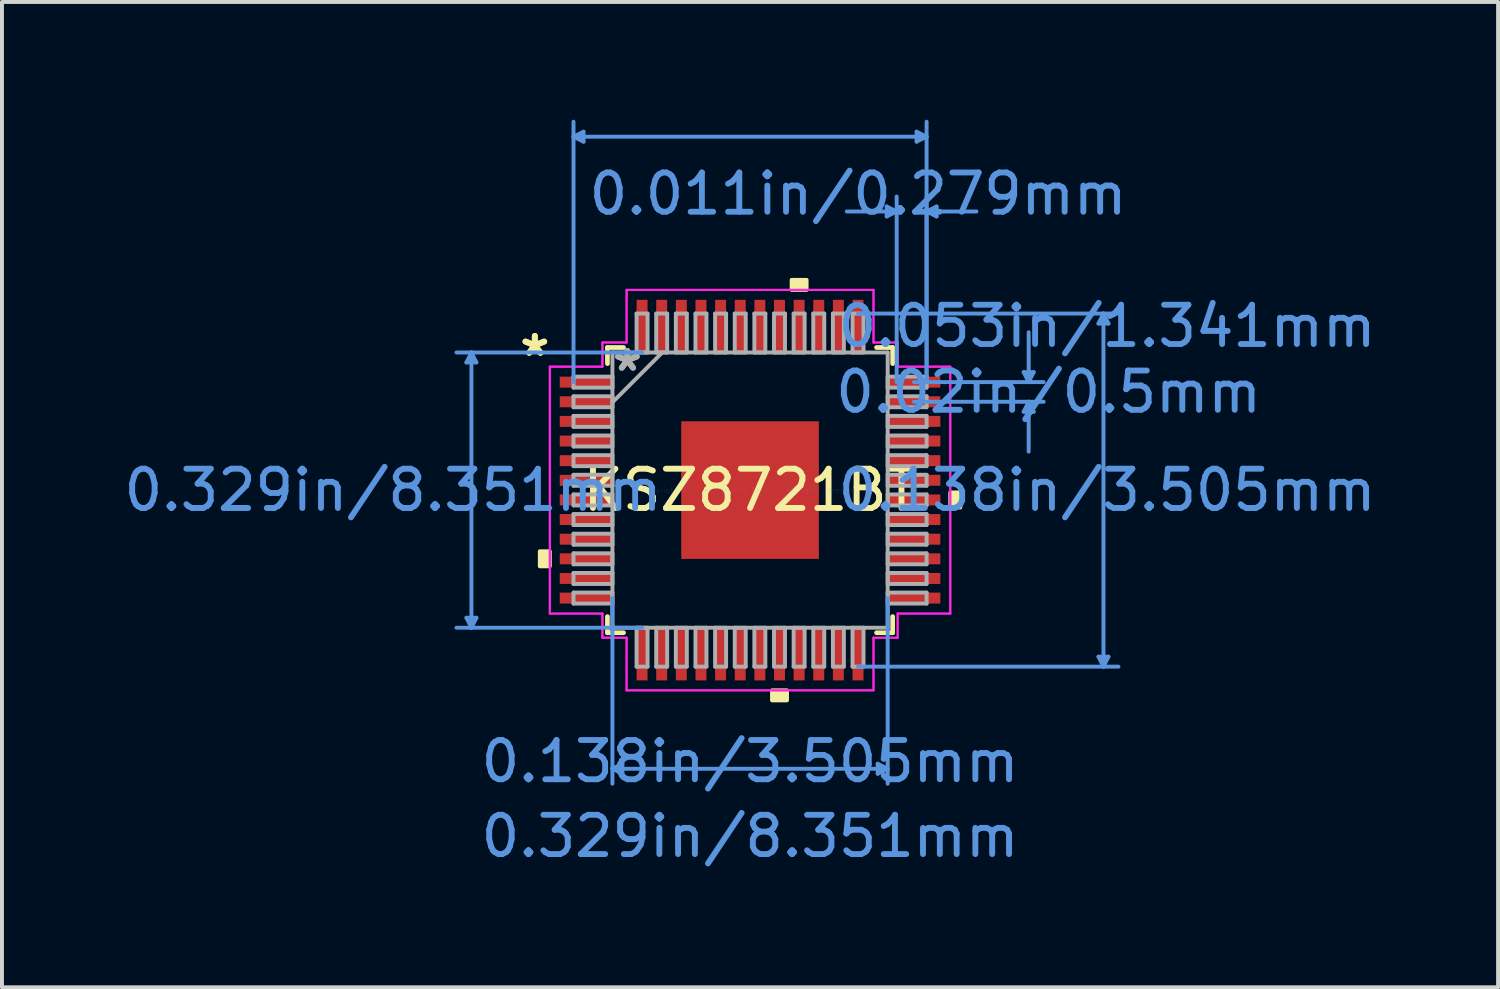
<source format=kicad_pcb>
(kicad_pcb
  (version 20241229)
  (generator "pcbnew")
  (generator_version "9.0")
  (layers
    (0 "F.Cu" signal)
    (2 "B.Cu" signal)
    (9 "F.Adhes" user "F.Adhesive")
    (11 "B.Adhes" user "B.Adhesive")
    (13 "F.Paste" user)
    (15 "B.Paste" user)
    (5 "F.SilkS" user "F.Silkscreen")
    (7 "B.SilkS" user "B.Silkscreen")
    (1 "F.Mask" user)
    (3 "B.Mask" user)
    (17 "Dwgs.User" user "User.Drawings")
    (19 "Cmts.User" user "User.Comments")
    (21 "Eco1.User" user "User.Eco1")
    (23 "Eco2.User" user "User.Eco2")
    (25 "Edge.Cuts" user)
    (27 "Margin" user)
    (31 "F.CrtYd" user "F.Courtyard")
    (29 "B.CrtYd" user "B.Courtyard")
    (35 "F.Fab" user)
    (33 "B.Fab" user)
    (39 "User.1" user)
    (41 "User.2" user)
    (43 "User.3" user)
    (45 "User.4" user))
  (footprint "KSZ8721BT"
    (layer "F.Cu")
    (at 16.052 9.432)
    (property "Reference" "KSZ8721BT" (at 0 0 0) (layer "F.SilkS") (effects (font (size 1 1) (thickness 0.15))))
    (attr through_hole)
    (fp_line (start -3.632 -3.632) (end -3.632 -3.222) (stroke (width 0.12) (type solid)) (layer "F.SilkS"))
    (fp_line (start -3.632 3.222) (end -3.632 3.632) (stroke (width 0.12) (type solid)) (layer "F.SilkS"))
    (fp_line (start -3.632 3.632) (end -3.222 3.632) (stroke (width 0.12) (type solid)) (layer "F.SilkS"))
    (fp_line (start -3.222 -3.632) (end -3.632 -3.632) (stroke (width 0.12) (type solid)) (layer "F.SilkS"))
    (fp_line (start 3.222 3.632) (end 3.632 3.632) (stroke (width 0.12) (type solid)) (layer "F.SilkS"))
    (fp_line (start 3.632 -3.632) (end 3.222 -3.632) (stroke (width 0.12) (type solid)) (layer "F.SilkS"))
    (fp_line (start 3.632 -3.222) (end 3.632 -3.632) (stroke (width 0.12) (type solid)) (layer "F.SilkS"))
    (fp_line (start 3.632 3.632) (end 3.632 3.222) (stroke (width 0.12) (type solid)) (layer "F.SilkS"))
    (fp_poly (pts (xy -5.354 1.559) (xy -5.354 1.94) (xy -5.1 1.94) (xy -5.1 1.559)) (stroke (width 0.1) (type solid)) (fill yes) (layer "F.SilkS"))
    (fp_poly (pts (xy 0.56 5.1) (xy 0.56 5.354) (xy 0.941 5.354) (xy 0.941 5.1)) (stroke (width 0.1) (type solid)) (fill yes) (layer "F.SilkS"))
    (fp_poly (pts (xy 1.06 -5.1) (xy 1.06 -5.354) (xy 1.44 -5.354) (xy 1.44 -5.1)) (stroke (width 0.1) (type solid)) (fill yes) (layer "F.SilkS"))
    (fp_poly (pts (xy 5.354 0.059) (xy 5.354 0.441) (xy 5.1 0.441) (xy 5.1 0.059)) (stroke (width 0.1) (type solid)) (fill yes) (layer "F.SilkS"))
    (fp_poly (pts (xy -1.653 -1.653) (xy -1.653 -0.1) (xy -0.1 -0.1) (xy -0.1 -1.653)) (stroke (width 0.1) (type solid)) (fill yes) (layer "F.Paste"))
    (fp_poly (pts (xy -1.653 0.1) (xy -1.653 1.653) (xy -0.1 1.653) (xy -0.1 0.1)) (stroke (width 0.1) (type solid)) (fill yes) (layer "F.Paste"))
    (fp_poly (pts (xy 0.1 -1.653) (xy 0.1 -0.1) (xy 1.653 -0.1) (xy 1.653 -1.653)) (stroke (width 0.1) (type solid)) (fill yes) (layer "F.Paste"))
    (fp_poly (pts (xy 0.1 0.1) (xy 0.1 1.653) (xy 1.653 1.653) (xy 1.653 0.1)) (stroke (width 0.1) (type solid)) (fill yes) (layer "F.Paste"))
    (fp_line (start -7.223 -3.251) (end -6.969 -3.251) (stroke (width 0.1) (type solid)) (layer "Cmts.User"))
    (fp_line (start -7.223 3.251) (end -6.969 3.251) (stroke (width 0.1) (type solid)) (layer "Cmts.User"))
    (fp_line (start -7.096 -3.505) (end -7.223 -3.251) (stroke (width 0.1) (type solid)) (layer "Cmts.User"))
    (fp_line (start -7.096 -3.505) (end -7.096 3.505) (stroke (width 0.1) (type solid)) (layer "Cmts.User"))
    (fp_line (start -7.096 -3.505) (end -6.969 -3.251) (stroke (width 0.1) (type solid)) (layer "Cmts.User"))
    (fp_line (start -7.096 3.505) (end -7.223 3.251) (stroke (width 0.1) (type solid)) (layer "Cmts.User"))
    (fp_line (start -7.096 3.505) (end -6.969 3.251) (stroke (width 0.1) (type solid)) (layer "Cmts.User"))
    (fp_line (start -4.496 -9.001) (end -4.242 -9.128) (stroke (width 0.1) (type solid)) (layer "Cmts.User"))
    (fp_line (start -4.496 -9.001) (end -4.242 -8.874) (stroke (width 0.1) (type solid)) (layer "Cmts.User"))
    (fp_line (start -4.496 -9.001) (end 4.496 -9.001) (stroke (width 0.1) (type solid)) (layer "Cmts.User"))
    (fp_line (start -4.496 -2.75) (end -4.496 -9.382) (stroke (width 0.1) (type solid)) (layer "Cmts.User"))
    (fp_line (start -4.242 -9.128) (end -4.242 -8.874) (stroke (width 0.1) (type solid)) (layer "Cmts.User"))
    (fp_line (start -3.505 2.75) (end -3.505 7.477) (stroke (width 0.1) (type solid)) (layer "Cmts.User"))
    (fp_line (start -3.505 7.096) (end -3.251 6.969) (stroke (width 0.1) (type solid)) (layer "Cmts.User"))
    (fp_line (start -3.505 7.096) (end -3.251 7.223) (stroke (width 0.1) (type solid)) (layer "Cmts.User"))
    (fp_line (start -3.505 7.096) (end 3.505 7.096) (stroke (width 0.1) (type solid)) (layer "Cmts.User"))
    (fp_line (start -3.251 6.969) (end -3.251 7.223) (stroke (width 0.1) (type solid)) (layer "Cmts.User"))
    (fp_line (start -2.75 -3.505) (end -7.477 -3.505) (stroke (width 0.1) (type solid)) (layer "Cmts.User"))
    (fp_line (start -2.75 3.505) (end -7.477 3.505) (stroke (width 0.1) (type solid)) (layer "Cmts.User"))
    (fp_line (start 2.75 -4.496) (end 9.382 -4.496) (stroke (width 0.1) (type solid)) (layer "Cmts.User"))
    (fp_line (start 2.75 4.496) (end 9.382 4.496) (stroke (width 0.1) (type solid)) (layer "Cmts.User"))
    (fp_line (start 3.251 6.969) (end 3.251 7.223) (stroke (width 0.1) (type solid)) (layer "Cmts.User"))
    (fp_line (start 3.48 -7.223) (end 3.48 -6.969) (stroke (width 0.1) (type solid)) (layer "Cmts.User"))
    (fp_line (start 3.505 2.75) (end 3.505 7.477) (stroke (width 0.1) (type solid)) (layer "Cmts.User"))
    (fp_line (start 3.505 7.096) (end 3.251 6.969) (stroke (width 0.1) (type solid)) (layer "Cmts.User"))
    (fp_line (start 3.505 7.096) (end 3.251 7.223) (stroke (width 0.1) (type solid)) (layer "Cmts.User"))
    (fp_line (start 3.734 -7.096) (end 2.464 -7.096) (stroke (width 0.1) (type solid)) (layer "Cmts.User"))
    (fp_line (start 3.734 -7.096) (end 3.48 -7.223) (stroke (width 0.1) (type solid)) (layer "Cmts.User"))
    (fp_line (start 3.734 -7.096) (end 3.48 -6.969) (stroke (width 0.1) (type solid)) (layer "Cmts.User"))
    (fp_line (start 3.734 -2.75) (end 3.734 -7.477) (stroke (width 0.1) (type solid)) (layer "Cmts.User"))
    (fp_line (start 4.176 -2.75) (end 7.477 -2.75) (stroke (width 0.1) (type solid)) (layer "Cmts.User"))
    (fp_line (start 4.176 -2.25) (end 7.477 -2.25) (stroke (width 0.1) (type solid)) (layer "Cmts.User"))
    (fp_line (start 4.242 -9.128) (end 4.242 -8.874) (stroke (width 0.1) (type solid)) (layer "Cmts.User"))
    (fp_line (start 4.496 -9.001) (end 4.242 -9.128) (stroke (width 0.1) (type solid)) (layer "Cmts.User"))
    (fp_line (start 4.496 -9.001) (end 4.242 -8.874) (stroke (width 0.1) (type solid)) (layer "Cmts.User"))
    (fp_line (start 4.496 -7.096) (end 4.75 -7.223) (stroke (width 0.1) (type solid)) (layer "Cmts.User"))
    (fp_line (start 4.496 -7.096) (end 4.75 -6.969) (stroke (width 0.1) (type solid)) (layer "Cmts.User"))
    (fp_line (start 4.496 -7.096) (end 5.766 -7.096) (stroke (width 0.1) (type solid)) (layer "Cmts.User"))
    (fp_line (start 4.496 -2.75) (end 4.496 -9.382) (stroke (width 0.1) (type solid)) (layer "Cmts.User"))
    (fp_line (start 4.496 -2.75) (end 4.496 -7.477) (stroke (width 0.1) (type solid)) (layer "Cmts.User"))
    (fp_line (start 4.75 -7.223) (end 4.75 -6.969) (stroke (width 0.1) (type solid)) (layer "Cmts.User"))
    (fp_line (start 6.969 -3.004) (end 7.223 -3.004) (stroke (width 0.1) (type solid)) (layer "Cmts.User"))
    (fp_line (start 6.969 -1.996) (end 7.223 -1.996) (stroke (width 0.1) (type solid)) (layer "Cmts.User"))
    (fp_line (start 7.096 -2.75) (end 6.969 -3.004) (stroke (width 0.1) (type solid)) (layer "Cmts.User"))
    (fp_line (start 7.096 -2.75) (end 7.096 -4.02) (stroke (width 0.1) (type solid)) (layer "Cmts.User"))
    (fp_line (start 7.096 -2.75) (end 7.223 -3.004) (stroke (width 0.1) (type solid)) (layer "Cmts.User"))
    (fp_line (start 7.096 -2.25) (end 6.969 -1.996) (stroke (width 0.1) (type solid)) (layer "Cmts.User"))
    (fp_line (start 7.096 -2.25) (end 7.096 -0.98) (stroke (width 0.1) (type solid)) (layer "Cmts.User"))
    (fp_line (start 7.096 -2.25) (end 7.223 -1.996) (stroke (width 0.1) (type solid)) (layer "Cmts.User"))
    (fp_line (start 8.874 -4.242) (end 9.128 -4.242) (stroke (width 0.1) (type solid)) (layer "Cmts.User"))
    (fp_line (start 8.874 4.242) (end 9.128 4.242) (stroke (width 0.1) (type solid)) (layer "Cmts.User"))
    (fp_line (start 9.001 -4.496) (end 8.874 -4.242) (stroke (width 0.1) (type solid)) (layer "Cmts.User"))
    (fp_line (start 9.001 -4.496) (end 9.001 4.496) (stroke (width 0.1) (type solid)) (layer "Cmts.User"))
    (fp_line (start 9.001 -4.496) (end 9.128 -4.242) (stroke (width 0.1) (type solid)) (layer "Cmts.User"))
    (fp_line (start 9.001 4.496) (end 8.874 4.242) (stroke (width 0.1) (type solid)) (layer "Cmts.User"))
    (fp_line (start 9.001 4.496) (end 9.128 4.242) (stroke (width 0.1) (type solid)) (layer "Cmts.User"))
    (fp_line (start -5.1 -3.144) (end -3.759 -3.144) (stroke (width 0.05) (type solid)) (layer "F.CrtYd"))
    (fp_line (start -5.1 -3.144) (end -3.759 -3.144) (stroke (width 0.05) (type solid)) (layer "F.CrtYd"))
    (fp_line (start -5.1 3.144) (end -5.1 -3.144) (stroke (width 0.05) (type solid)) (layer "F.CrtYd"))
    (fp_line (start -5.1 3.144) (end -5.1 -3.144) (stroke (width 0.05) (type solid)) (layer "F.CrtYd"))
    (fp_line (start -3.759 -3.759) (end -3.144 -3.759) (stroke (width 0.05) (type solid)) (layer "F.CrtYd"))
    (fp_line (start -3.759 -3.759) (end -3.144 -3.759) (stroke (width 0.05) (type solid)) (layer "F.CrtYd"))
    (fp_line (start -3.759 -3.144) (end -3.759 -3.759) (stroke (width 0.05) (type solid)) (layer "F.CrtYd"))
    (fp_line (start -3.759 -3.144) (end -3.759 -3.759) (stroke (width 0.05) (type solid)) (layer "F.CrtYd"))
    (fp_line (start -3.759 3.144) (end -5.1 3.144) (stroke (width 0.05) (type solid)) (layer "F.CrtYd"))
    (fp_line (start -3.759 3.144) (end -5.1 3.144) (stroke (width 0.05) (type solid)) (layer "F.CrtYd"))
    (fp_line (start -3.759 3.759) (end -3.759 3.144) (stroke (width 0.05) (type solid)) (layer "F.CrtYd"))
    (fp_line (start -3.759 3.759) (end -3.759 3.144) (stroke (width 0.05) (type solid)) (layer "F.CrtYd"))
    (fp_line (start -3.759 3.759) (end -3.144 3.759) (stroke (width 0.05) (type solid)) (layer "F.CrtYd"))
    (fp_line (start -3.144 -5.1) (end 3.144 -5.1) (stroke (width 0.05) (type solid)) (layer "F.CrtYd"))
    (fp_line (start -3.144 -5.1) (end 3.144 -5.1) (stroke (width 0.05) (type solid)) (layer "F.CrtYd"))
    (fp_line (start -3.144 -3.759) (end -3.144 -5.1) (stroke (width 0.05) (type solid)) (layer "F.CrtYd"))
    (fp_line (start -3.144 -3.759) (end -3.144 -5.1) (stroke (width 0.05) (type solid)) (layer "F.CrtYd"))
    (fp_line (start -3.144 3.759) (end -3.759 3.759) (stroke (width 0.05) (type solid)) (layer "F.CrtYd"))
    (fp_line (start -3.144 3.759) (end -3.144 5.1) (stroke (width 0.05) (type solid)) (layer "F.CrtYd"))
    (fp_line (start -3.144 5.1) (end -3.144 3.759) (stroke (width 0.05) (type solid)) (layer "F.CrtYd"))
    (fp_line (start -3.144 5.1) (end 3.144 5.1) (stroke (width 0.05) (type solid)) (layer "F.CrtYd"))
    (fp_line (start 3.144 -5.1) (end 3.144 -3.759) (stroke (width 0.05) (type solid)) (layer "F.CrtYd"))
    (fp_line (start 3.144 -5.1) (end 3.144 -3.759) (stroke (width 0.05) (type solid)) (layer "F.CrtYd"))
    (fp_line (start 3.144 -3.759) (end 3.759 -3.759) (stroke (width 0.05) (type solid)) (layer "F.CrtYd"))
    (fp_line (start 3.144 -3.759) (end 3.759 -3.759) (stroke (width 0.05) (type solid)) (layer "F.CrtYd"))
    (fp_line (start 3.144 3.759) (end 3.144 5.1) (stroke (width 0.05) (type solid)) (layer "F.CrtYd"))
    (fp_line (start 3.144 3.759) (end 3.759 3.759) (stroke (width 0.05) (type solid)) (layer "F.CrtYd"))
    (fp_line (start 3.144 5.1) (end -3.144 5.1) (stroke (width 0.05) (type solid)) (layer "F.CrtYd"))
    (fp_line (start 3.144 5.1) (end 3.144 3.759) (stroke (width 0.05) (type solid)) (layer "F.CrtYd"))
    (fp_line (start 3.759 -3.759) (end 3.759 -3.144) (stroke (width 0.05) (type solid)) (layer "F.CrtYd"))
    (fp_line (start 3.759 -3.144) (end 3.759 -3.759) (stroke (width 0.05) (type solid)) (layer "F.CrtYd"))
    (fp_line (start 3.759 -3.144) (end 5.1 -3.144) (stroke (width 0.05) (type solid)) (layer "F.CrtYd"))
    (fp_line (start 3.759 3.144) (end 3.759 3.759) (stroke (width 0.05) (type solid)) (layer "F.CrtYd"))
    (fp_line (start 3.759 3.144) (end 5.1 3.144) (stroke (width 0.05) (type solid)) (layer "F.CrtYd"))
    (fp_line (start 3.759 3.759) (end 3.144 3.759) (stroke (width 0.05) (type solid)) (layer "F.CrtYd"))
    (fp_line (start 3.759 3.759) (end 3.759 3.144) (stroke (width 0.05) (type solid)) (layer "F.CrtYd"))
    (fp_line (start 5.1 -3.144) (end 3.759 -3.144) (stroke (width 0.05) (type solid)) (layer "F.CrtYd"))
    (fp_line (start 5.1 -3.144) (end 5.1 3.144) (stroke (width 0.05) (type solid)) (layer "F.CrtYd"))
    (fp_line (start 5.1 3.144) (end 3.759 3.144) (stroke (width 0.05) (type solid)) (layer "F.CrtYd"))
    (fp_line (start 5.1 3.144) (end 5.1 -3.144) (stroke (width 0.05) (type solid)) (layer "F.CrtYd"))
    (fp_line (start -4.496 -2.89) (end -4.496 -2.61) (stroke (width 0.1) (type solid)) (layer "F.Fab"))
    (fp_line (start -4.496 -2.61) (end -3.505 -2.61) (stroke (width 0.1) (type solid)) (layer "F.Fab"))
    (fp_line (start -4.496 -2.39) (end -4.496 -2.11) (stroke (width 0.1) (type solid)) (layer "F.Fab"))
    (fp_line (start -4.496 -2.11) (end -3.505 -2.11) (stroke (width 0.1) (type solid)) (layer "F.Fab"))
    (fp_line (start -4.496 -1.89) (end -4.496 -1.61) (stroke (width 0.1) (type solid)) (layer "F.Fab"))
    (fp_line (start -4.496 -1.61) (end -3.505 -1.61) (stroke (width 0.1) (type solid)) (layer "F.Fab"))
    (fp_line (start -4.496 -1.39) (end -4.496 -1.11) (stroke (width 0.1) (type solid)) (layer "F.Fab"))
    (fp_line (start -4.496 -1.11) (end -3.505 -1.11) (stroke (width 0.1) (type solid)) (layer "F.Fab"))
    (fp_line (start -4.496 -0.89) (end -4.496 -0.61) (stroke (width 0.1) (type solid)) (layer "F.Fab"))
    (fp_line (start -4.496 -0.61) (end -3.505 -0.61) (stroke (width 0.1) (type solid)) (layer "F.Fab"))
    (fp_line (start -4.496 -0.39) (end -4.496 -0.11) (stroke (width 0.1) (type solid)) (layer "F.Fab"))
    (fp_line (start -4.496 -0.11) (end -3.505 -0.11) (stroke (width 0.1) (type solid)) (layer "F.Fab"))
    (fp_line (start -4.496 0.11) (end -4.496 0.39) (stroke (width 0.1) (type solid)) (layer "F.Fab"))
    (fp_line (start -4.496 0.39) (end -3.505 0.39) (stroke (width 0.1) (type solid)) (layer "F.Fab"))
    (fp_line (start -4.496 0.61) (end -4.496 0.89) (stroke (width 0.1) (type solid)) (layer "F.Fab"))
    (fp_line (start -4.496 0.89) (end -3.505 0.89) (stroke (width 0.1) (type solid)) (layer "F.Fab"))
    (fp_line (start -4.496 1.11) (end -4.496 1.39) (stroke (width 0.1) (type solid)) (layer "F.Fab"))
    (fp_line (start -4.496 1.39) (end -3.505 1.39) (stroke (width 0.1) (type solid)) (layer "F.Fab"))
    (fp_line (start -4.496 1.61) (end -4.496 1.89) (stroke (width 0.1) (type solid)) (layer "F.Fab"))
    (fp_line (start -4.496 1.89) (end -3.505 1.89) (stroke (width 0.1) (type solid)) (layer "F.Fab"))
    (fp_line (start -4.496 2.11) (end -4.496 2.39) (stroke (width 0.1) (type solid)) (layer "F.Fab"))
    (fp_line (start -4.496 2.39) (end -3.505 2.39) (stroke (width 0.1) (type solid)) (layer "F.Fab"))
    (fp_line (start -4.496 2.61) (end -4.496 2.89) (stroke (width 0.1) (type solid)) (layer "F.Fab"))
    (fp_line (start -4.496 2.89) (end -3.505 2.89) (stroke (width 0.1) (type solid)) (layer "F.Fab"))
    (fp_line (start -3.505 -3.505) (end -3.505 3.505) (stroke (width 0.1) (type solid)) (layer "F.Fab"))
    (fp_line (start -3.505 -2.89) (end -4.496 -2.89) (stroke (width 0.1) (type solid)) (layer "F.Fab"))
    (fp_line (start -3.505 -2.61) (end -3.505 -2.89) (stroke (width 0.1) (type solid)) (layer "F.Fab"))
    (fp_line (start -3.505 -2.39) (end -4.496 -2.39) (stroke (width 0.1) (type solid)) (layer "F.Fab"))
    (fp_line (start -3.505 -2.235) (end -2.235 -3.505) (stroke (width 0.1) (type solid)) (layer "F.Fab"))
    (fp_line (start -3.505 -2.11) (end -3.505 -2.39) (stroke (width 0.1) (type solid)) (layer "F.Fab"))
    (fp_line (start -3.505 -1.89) (end -4.496 -1.89) (stroke (width 0.1) (type solid)) (layer "F.Fab"))
    (fp_line (start -3.505 -1.61) (end -3.505 -1.89) (stroke (width 0.1) (type solid)) (layer "F.Fab"))
    (fp_line (start -3.505 -1.39) (end -4.496 -1.39) (stroke (width 0.1) (type solid)) (layer "F.Fab"))
    (fp_line (start -3.505 -1.11) (end -3.505 -1.39) (stroke (width 0.1) (type solid)) (layer "F.Fab"))
    (fp_line (start -3.505 -0.89) (end -4.496 -0.89) (stroke (width 0.1) (type solid)) (layer "F.Fab"))
    (fp_line (start -3.505 -0.61) (end -3.505 -0.89) (stroke (width 0.1) (type solid)) (layer "F.Fab"))
    (fp_line (start -3.505 -0.39) (end -4.496 -0.39) (stroke (width 0.1) (type solid)) (layer "F.Fab"))
    (fp_line (start -3.505 -0.11) (end -3.505 -0.39) (stroke (width 0.1) (type solid)) (layer "F.Fab"))
    (fp_line (start -3.505 0.11) (end -4.496 0.11) (stroke (width 0.1) (type solid)) (layer "F.Fab"))
    (fp_line (start -3.505 0.39) (end -3.505 0.11) (stroke (width 0.1) (type solid)) (layer "F.Fab"))
    (fp_line (start -3.505 0.61) (end -4.496 0.61) (stroke (width 0.1) (type solid)) (layer "F.Fab"))
    (fp_line (start -3.505 0.89) (end -3.505 0.61) (stroke (width 0.1) (type solid)) (layer "F.Fab"))
    (fp_line (start -3.505 1.11) (end -4.496 1.11) (stroke (width 0.1) (type solid)) (layer "F.Fab"))
    (fp_line (start -3.505 1.39) (end -3.505 1.11) (stroke (width 0.1) (type solid)) (layer "F.Fab"))
    (fp_line (start -3.505 1.61) (end -4.496 1.61) (stroke (width 0.1) (type solid)) (layer "F.Fab"))
    (fp_line (start -3.505 1.89) (end -3.505 1.61) (stroke (width 0.1) (type solid)) (layer "F.Fab"))
    (fp_line (start -3.505 2.11) (end -4.496 2.11) (stroke (width 0.1) (type solid)) (layer "F.Fab"))
    (fp_line (start -3.505 2.39) (end -3.505 2.11) (stroke (width 0.1) (type solid)) (layer "F.Fab"))
    (fp_line (start -3.505 2.61) (end -4.496 2.61) (stroke (width 0.1) (type solid)) (layer "F.Fab"))
    (fp_line (start -3.505 2.89) (end -3.505 2.61) (stroke (width 0.1) (type solid)) (layer "F.Fab"))
    (fp_line (start -3.505 3.505) (end 3.505 3.505) (stroke (width 0.1) (type solid)) (layer "F.Fab"))
    (fp_line (start -2.89 -4.496) (end -2.89 -3.505) (stroke (width 0.1) (type solid)) (layer "F.Fab"))
    (fp_line (start -2.89 -3.505) (end -2.61 -3.505) (stroke (width 0.1) (type solid)) (layer "F.Fab"))
    (fp_line (start -2.89 3.505) (end -2.89 4.496) (stroke (width 0.1) (type solid)) (layer "F.Fab"))
    (fp_line (start -2.89 4.496) (end -2.61 4.496) (stroke (width 0.1) (type solid)) (layer "F.Fab"))
    (fp_line (start -2.61 -4.496) (end -2.89 -4.496) (stroke (width 0.1) (type solid)) (layer "F.Fab"))
    (fp_line (start -2.61 -3.505) (end -2.61 -4.496) (stroke (width 0.1) (type solid)) (layer "F.Fab"))
    (fp_line (start -2.61 3.505) (end -2.89 3.505) (stroke (width 0.1) (type solid)) (layer "F.Fab"))
    (fp_line (start -2.61 4.496) (end -2.61 3.505) (stroke (width 0.1) (type solid)) (layer "F.Fab"))
    (fp_line (start -2.39 -4.496) (end -2.39 -3.505) (stroke (width 0.1) (type solid)) (layer "F.Fab"))
    (fp_line (start -2.39 -3.505) (end -2.11 -3.505) (stroke (width 0.1) (type solid)) (layer "F.Fab"))
    (fp_line (start -2.39 3.505) (end -2.39 4.496) (stroke (width 0.1) (type solid)) (layer "F.Fab"))
    (fp_line (start -2.39 4.496) (end -2.11 4.496) (stroke (width 0.1) (type solid)) (layer "F.Fab"))
    (fp_line (start -2.11 -4.496) (end -2.39 -4.496) (stroke (width 0.1) (type solid)) (layer "F.Fab"))
    (fp_line (start -2.11 -3.505) (end -2.11 -4.496) (stroke (width 0.1) (type solid)) (layer "F.Fab"))
    (fp_line (start -2.11 3.505) (end -2.39 3.505) (stroke (width 0.1) (type solid)) (layer "F.Fab"))
    (fp_line (start -2.11 4.496) (end -2.11 3.505) (stroke (width 0.1) (type solid)) (layer "F.Fab"))
    (fp_line (start -1.89 -4.496) (end -1.89 -3.505) (stroke (width 0.1) (type solid)) (layer "F.Fab"))
    (fp_line (start -1.89 -3.505) (end -1.61 -3.505) (stroke (width 0.1) (type solid)) (layer "F.Fab"))
    (fp_line (start -1.89 3.505) (end -1.89 4.496) (stroke (width 0.1) (type solid)) (layer "F.Fab"))
    (fp_line (start -1.89 4.496) (end -1.61 4.496) (stroke (width 0.1) (type solid)) (layer "F.Fab"))
    (fp_line (start -1.61 -4.496) (end -1.89 -4.496) (stroke (width 0.1) (type solid)) (layer "F.Fab"))
    (fp_line (start -1.61 -3.505) (end -1.61 -4.496) (stroke (width 0.1) (type solid)) (layer "F.Fab"))
    (fp_line (start -1.61 3.505) (end -1.89 3.505) (stroke (width 0.1) (type solid)) (layer "F.Fab"))
    (fp_line (start -1.61 4.496) (end -1.61 3.505) (stroke (width 0.1) (type solid)) (layer "F.Fab"))
    (fp_line (start -1.39 -4.496) (end -1.39 -3.505) (stroke (width 0.1) (type solid)) (layer "F.Fab"))
    (fp_line (start -1.39 -3.505) (end -1.11 -3.505) (stroke (width 0.1) (type solid)) (layer "F.Fab"))
    (fp_line (start -1.39 3.505) (end -1.39 4.496) (stroke (width 0.1) (type solid)) (layer "F.Fab"))
    (fp_line (start -1.39 4.496) (end -1.11 4.496) (stroke (width 0.1) (type solid)) (layer "F.Fab"))
    (fp_line (start -1.11 -4.496) (end -1.39 -4.496) (stroke (width 0.1) (type solid)) (layer "F.Fab"))
    (fp_line (start -1.11 -3.505) (end -1.11 -4.496) (stroke (width 0.1) (type solid)) (layer "F.Fab"))
    (fp_line (start -1.11 3.505) (end -1.39 3.505) (stroke (width 0.1) (type solid)) (layer "F.Fab"))
    (fp_line (start -1.11 4.496) (end -1.11 3.505) (stroke (width 0.1) (type solid)) (layer "F.Fab"))
    (fp_line (start -0.89 -4.496) (end -0.89 -3.505) (stroke (width 0.1) (type solid)) (layer "F.Fab"))
    (fp_line (start -0.89 -3.505) (end -0.61 -3.505) (stroke (width 0.1) (type solid)) (layer "F.Fab"))
    (fp_line (start -0.89 3.505) (end -0.89 4.496) (stroke (width 0.1) (type solid)) (layer "F.Fab"))
    (fp_line (start -0.89 4.496) (end -0.61 4.496) (stroke (width 0.1) (type solid)) (layer "F.Fab"))
    (fp_line (start -0.61 -4.496) (end -0.89 -4.496) (stroke (width 0.1) (type solid)) (layer "F.Fab"))
    (fp_line (start -0.61 -3.505) (end -0.61 -4.496) (stroke (width 0.1) (type solid)) (layer "F.Fab"))
    (fp_line (start -0.61 3.505) (end -0.89 3.505) (stroke (width 0.1) (type solid)) (layer "F.Fab"))
    (fp_line (start -0.61 4.496) (end -0.61 3.505) (stroke (width 0.1) (type solid)) (layer "F.Fab"))
    (fp_line (start -0.39 -4.496) (end -0.39 -3.505) (stroke (width 0.1) (type solid)) (layer "F.Fab"))
    (fp_line (start -0.39 -3.505) (end -0.11 -3.505) (stroke (width 0.1) (type solid)) (layer "F.Fab"))
    (fp_line (start -0.39 3.505) (end -0.39 4.496) (stroke (width 0.1) (type solid)) (layer "F.Fab"))
    (fp_line (start -0.39 4.496) (end -0.11 4.496) (stroke (width 0.1) (type solid)) (layer "F.Fab"))
    (fp_line (start -0.11 -4.496) (end -0.39 -4.496) (stroke (width 0.1) (type solid)) (layer "F.Fab"))
    (fp_line (start -0.11 -3.505) (end -0.11 -4.496) (stroke (width 0.1) (type solid)) (layer "F.Fab"))
    (fp_line (start -0.11 3.505) (end -0.39 3.505) (stroke (width 0.1) (type solid)) (layer "F.Fab"))
    (fp_line (start -0.11 4.496) (end -0.11 3.505) (stroke (width 0.1) (type solid)) (layer "F.Fab"))
    (fp_line (start 0.11 -4.496) (end 0.11 -3.505) (stroke (width 0.1) (type solid)) (layer "F.Fab"))
    (fp_line (start 0.11 -3.505) (end 0.39 -3.505) (stroke (width 0.1) (type solid)) (layer "F.Fab"))
    (fp_line (start 0.11 3.505) (end 0.11 4.496) (stroke (width 0.1) (type solid)) (layer "F.Fab"))
    (fp_line (start 0.11 4.496) (end 0.39 4.496) (stroke (width 0.1) (type solid)) (layer "F.Fab"))
    (fp_line (start 0.39 -4.496) (end 0.11 -4.496) (stroke (width 0.1) (type solid)) (layer "F.Fab"))
    (fp_line (start 0.39 -3.505) (end 0.39 -4.496) (stroke (width 0.1) (type solid)) (layer "F.Fab"))
    (fp_line (start 0.39 3.505) (end 0.11 3.505) (stroke (width 0.1) (type solid)) (layer "F.Fab"))
    (fp_line (start 0.39 4.496) (end 0.39 3.505) (stroke (width 0.1) (type solid)) (layer "F.Fab"))
    (fp_line (start 0.61 -4.496) (end 0.61 -3.505) (stroke (width 0.1) (type solid)) (layer "F.Fab"))
    (fp_line (start 0.61 -3.505) (end 0.89 -3.505) (stroke (width 0.1) (type solid)) (layer "F.Fab"))
    (fp_line (start 0.61 3.505) (end 0.61 4.496) (stroke (width 0.1) (type solid)) (layer "F.Fab"))
    (fp_line (start 0.61 4.496) (end 0.89 4.496) (stroke (width 0.1) (type solid)) (layer "F.Fab"))
    (fp_line (start 0.89 -4.496) (end 0.61 -4.496) (stroke (width 0.1) (type solid)) (layer "F.Fab"))
    (fp_line (start 0.89 -3.505) (end 0.89 -4.496) (stroke (width 0.1) (type solid)) (layer "F.Fab"))
    (fp_line (start 0.89 3.505) (end 0.61 3.505) (stroke (width 0.1) (type solid)) (layer "F.Fab"))
    (fp_line (start 0.89 4.496) (end 0.89 3.505) (stroke (width 0.1) (type solid)) (layer "F.Fab"))
    (fp_line (start 1.11 -4.496) (end 1.11 -3.505) (stroke (width 0.1) (type solid)) (layer "F.Fab"))
    (fp_line (start 1.11 -3.505) (end 1.39 -3.505) (stroke (width 0.1) (type solid)) (layer "F.Fab"))
    (fp_line (start 1.11 3.505) (end 1.11 4.496) (stroke (width 0.1) (type solid)) (layer "F.Fab"))
    (fp_line (start 1.11 4.496) (end 1.39 4.496) (stroke (width 0.1) (type solid)) (layer "F.Fab"))
    (fp_line (start 1.39 -4.496) (end 1.11 -4.496) (stroke (width 0.1) (type solid)) (layer "F.Fab"))
    (fp_line (start 1.39 -3.505) (end 1.39 -4.496) (stroke (width 0.1) (type solid)) (layer "F.Fab"))
    (fp_line (start 1.39 3.505) (end 1.11 3.505) (stroke (width 0.1) (type solid)) (layer "F.Fab"))
    (fp_line (start 1.39 4.496) (end 1.39 3.505) (stroke (width 0.1) (type solid)) (layer "F.Fab"))
    (fp_line (start 1.61 -4.496) (end 1.61 -3.505) (stroke (width 0.1) (type solid)) (layer "F.Fab"))
    (fp_line (start 1.61 -3.505) (end 1.89 -3.505) (stroke (width 0.1) (type solid)) (layer "F.Fab"))
    (fp_line (start 1.61 3.505) (end 1.61 4.496) (stroke (width 0.1) (type solid)) (layer "F.Fab"))
    (fp_line (start 1.61 4.496) (end 1.89 4.496) (stroke (width 0.1) (type solid)) (layer "F.Fab"))
    (fp_line (start 1.89 -4.496) (end 1.61 -4.496) (stroke (width 0.1) (type solid)) (layer "F.Fab"))
    (fp_line (start 1.89 -3.505) (end 1.89 -4.496) (stroke (width 0.1) (type solid)) (layer "F.Fab"))
    (fp_line (start 1.89 3.505) (end 1.61 3.505) (stroke (width 0.1) (type solid)) (layer "F.Fab"))
    (fp_line (start 1.89 4.496) (end 1.89 3.505) (stroke (width 0.1) (type solid)) (layer "F.Fab"))
    (fp_line (start 2.11 -4.496) (end 2.11 -3.505) (stroke (width 0.1) (type solid)) (layer "F.Fab"))
    (fp_line (start 2.11 -3.505) (end 2.39 -3.505) (stroke (width 0.1) (type solid)) (layer "F.Fab"))
    (fp_line (start 2.11 3.505) (end 2.11 4.496) (stroke (width 0.1) (type solid)) (layer "F.Fab"))
    (fp_line (start 2.11 4.496) (end 2.39 4.496) (stroke (width 0.1) (type solid)) (layer "F.Fab"))
    (fp_line (start 2.39 -4.496) (end 2.11 -4.496) (stroke (width 0.1) (type solid)) (layer "F.Fab"))
    (fp_line (start 2.39 -3.505) (end 2.39 -4.496) (stroke (width 0.1) (type solid)) (layer "F.Fab"))
    (fp_line (start 2.39 3.505) (end 2.11 3.505) (stroke (width 0.1) (type solid)) (layer "F.Fab"))
    (fp_line (start 2.39 4.496) (end 2.39 3.505) (stroke (width 0.1) (type solid)) (layer "F.Fab"))
    (fp_line (start 2.61 -4.496) (end 2.61 -3.505) (stroke (width 0.1) (type solid)) (layer "F.Fab"))
    (fp_line (start 2.61 -3.505) (end 2.89 -3.505) (stroke (width 0.1) (type solid)) (layer "F.Fab"))
    (fp_line (start 2.61 3.505) (end 2.61 4.496) (stroke (width 0.1) (type solid)) (layer "F.Fab"))
    (fp_line (start 2.61 4.496) (end 2.89 4.496) (stroke (width 0.1) (type solid)) (layer "F.Fab"))
    (fp_line (start 2.89 -4.496) (end 2.61 -4.496) (stroke (width 0.1) (type solid)) (layer "F.Fab"))
    (fp_line (start 2.89 -3.505) (end 2.89 -4.496) (stroke (width 0.1) (type solid)) (layer "F.Fab"))
    (fp_line (start 2.89 3.505) (end 2.61 3.505) (stroke (width 0.1) (type solid)) (layer "F.Fab"))
    (fp_line (start 2.89 4.496) (end 2.89 3.505) (stroke (width 0.1) (type solid)) (layer "F.Fab"))
    (fp_line (start 3.505 -3.505) (end -3.505 -3.505) (stroke (width 0.1) (type solid)) (layer "F.Fab"))
    (fp_line (start 3.505 -2.89) (end 3.505 -2.61) (stroke (width 0.1) (type solid)) (layer "F.Fab"))
    (fp_line (start 3.505 -2.61) (end 4.496 -2.61) (stroke (width 0.1) (type solid)) (layer "F.Fab"))
    (fp_line (start 3.505 -2.39) (end 3.505 -2.11) (stroke (width 0.1) (type solid)) (layer "F.Fab"))
    (fp_line (start 3.505 -2.11) (end 4.496 -2.11) (stroke (width 0.1) (type solid)) (layer "F.Fab"))
    (fp_line (start 3.505 -1.89) (end 3.505 -1.61) (stroke (width 0.1) (type solid)) (layer "F.Fab"))
    (fp_line (start 3.505 -1.61) (end 4.496 -1.61) (stroke (width 0.1) (type solid)) (layer "F.Fab"))
    (fp_line (start 3.505 -1.39) (end 3.505 -1.11) (stroke (width 0.1) (type solid)) (layer "F.Fab"))
    (fp_line (start 3.505 -1.11) (end 4.496 -1.11) (stroke (width 0.1) (type solid)) (layer "F.Fab"))
    (fp_line (start 3.505 -0.89) (end 3.505 -0.61) (stroke (width 0.1) (type solid)) (layer "F.Fab"))
    (fp_line (start 3.505 -0.61) (end 4.496 -0.61) (stroke (width 0.1) (type solid)) (layer "F.Fab"))
    (fp_line (start 3.505 -0.39) (end 3.505 -0.11) (stroke (width 0.1) (type solid)) (layer "F.Fab"))
    (fp_line (start 3.505 -0.11) (end 4.496 -0.11) (stroke (width 0.1) (type solid)) (layer "F.Fab"))
    (fp_line (start 3.505 0.11) (end 3.505 0.39) (stroke (width 0.1) (type solid)) (layer "F.Fab"))
    (fp_line (start 3.505 0.39) (end 4.496 0.39) (stroke (width 0.1) (type solid)) (layer "F.Fab"))
    (fp_line (start 3.505 0.61) (end 3.505 0.89) (stroke (width 0.1) (type solid)) (layer "F.Fab"))
    (fp_line (start 3.505 0.89) (end 4.496 0.89) (stroke (width 0.1) (type solid)) (layer "F.Fab"))
    (fp_line (start 3.505 1.11) (end 3.505 1.39) (stroke (width 0.1) (type solid)) (layer "F.Fab"))
    (fp_line (start 3.505 1.39) (end 4.496 1.39) (stroke (width 0.1) (type solid)) (layer "F.Fab"))
    (fp_line (start 3.505 1.61) (end 3.505 1.89) (stroke (width 0.1) (type solid)) (layer "F.Fab"))
    (fp_line (start 3.505 1.89) (end 4.496 1.89) (stroke (width 0.1) (type solid)) (layer "F.Fab"))
    (fp_line (start 3.505 2.11) (end 3.505 2.39) (stroke (width 0.1) (type solid)) (layer "F.Fab"))
    (fp_line (start 3.505 2.39) (end 4.496 2.39) (stroke (width 0.1) (type solid)) (layer "F.Fab"))
    (fp_line (start 3.505 2.61) (end 3.505 2.89) (stroke (width 0.1) (type solid)) (layer "F.Fab"))
    (fp_line (start 3.505 2.89) (end 4.496 2.89) (stroke (width 0.1) (type solid)) (layer "F.Fab"))
    (fp_line (start 3.505 3.505) (end 3.505 -3.505) (stroke (width 0.1) (type solid)) (layer "F.Fab"))
    (fp_line (start 4.496 -2.89) (end 3.505 -2.89) (stroke (width 0.1) (type solid)) (layer "F.Fab"))
    (fp_line (start 4.496 -2.61) (end 4.496 -2.89) (stroke (width 0.1) (type solid)) (layer "F.Fab"))
    (fp_line (start 4.496 -2.39) (end 3.505 -2.39) (stroke (width 0.1) (type solid)) (layer "F.Fab"))
    (fp_line (start 4.496 -2.11) (end 4.496 -2.39) (stroke (width 0.1) (type solid)) (layer "F.Fab"))
    (fp_line (start 4.496 -1.89) (end 3.505 -1.89) (stroke (width 0.1) (type solid)) (layer "F.Fab"))
    (fp_line (start 4.496 -1.61) (end 4.496 -1.89) (stroke (width 0.1) (type solid)) (layer "F.Fab"))
    (fp_line (start 4.496 -1.39) (end 3.505 -1.39) (stroke (width 0.1) (type solid)) (layer "F.Fab"))
    (fp_line (start 4.496 -1.11) (end 4.496 -1.39) (stroke (width 0.1) (type solid)) (layer "F.Fab"))
    (fp_line (start 4.496 -0.89) (end 3.505 -0.89) (stroke (width 0.1) (type solid)) (layer "F.Fab"))
    (fp_line (start 4.496 -0.61) (end 4.496 -0.89) (stroke (width 0.1) (type solid)) (layer "F.Fab"))
    (fp_line (start 4.496 -0.39) (end 3.505 -0.39) (stroke (width 0.1) (type solid)) (layer "F.Fab"))
    (fp_line (start 4.496 -0.11) (end 4.496 -0.39) (stroke (width 0.1) (type solid)) (layer "F.Fab"))
    (fp_line (start 4.496 0.11) (end 3.505 0.11) (stroke (width 0.1) (type solid)) (layer "F.Fab"))
    (fp_line (start 4.496 0.39) (end 4.496 0.11) (stroke (width 0.1) (type solid)) (layer "F.Fab"))
    (fp_line (start 4.496 0.61) (end 3.505 0.61) (stroke (width 0.1) (type solid)) (layer "F.Fab"))
    (fp_line (start 4.496 0.89) (end 4.496 0.61) (stroke (width 0.1) (type solid)) (layer "F.Fab"))
    (fp_line (start 4.496 1.11) (end 3.505 1.11) (stroke (width 0.1) (type solid)) (layer "F.Fab"))
    (fp_line (start 4.496 1.39) (end 4.496 1.11) (stroke (width 0.1) (type solid)) (layer "F.Fab"))
    (fp_line (start 4.496 1.61) (end 3.505 1.61) (stroke (width 0.1) (type solid)) (layer "F.Fab"))
    (fp_line (start 4.496 1.89) (end 4.496 1.61) (stroke (width 0.1) (type solid)) (layer "F.Fab"))
    (fp_line (start 4.496 2.11) (end 3.505 2.11) (stroke (width 0.1) (type solid)) (layer "F.Fab"))
    (fp_line (start 4.496 2.39) (end 4.496 2.11) (stroke (width 0.1) (type solid)) (layer "F.Fab"))
    (fp_line (start 4.496 2.61) (end 3.505 2.61) (stroke (width 0.1) (type solid)) (layer "F.Fab"))
    (fp_line (start 4.496 2.89) (end 4.496 2.61) (stroke (width 0.1) (type solid)) (layer "F.Fab"))
    (fp_text user "*" (at -5.481 -3.381 0) (layer "F.SilkS") (effects (font (size 1 1) (thickness 0.15))))
    (fp_text user "*" (at -5.481 -3.381 0) (layer "F.SilkS") (effects (font (size 1 1) (thickness 0.15))))
    (fp_text user "0.02in/0.5mm" (at 7.604 -2.5 0) (layer "Cmts.User") (effects (font (size 1 1) (thickness 0.15))))
    (fp_text user "0.053in/1.341mm" (at 9.093 -4.176 0) (layer "Cmts.User") (effects (font (size 1 1) (thickness 0.15))))
    (fp_text user "0.011in/0.279mm" (at 2.75 -7.544 0) (layer "Cmts.User") (effects (font (size 1 1) (thickness 0.15))))
    (fp_text user "0.138in/3.505mm" (at 0 6.909 0) (layer "Cmts.User") (effects (font (size 1 1) (thickness 0.15))))
    (fp_text user "0.329in/8.351mm" (at 0 8.814 0) (layer "Cmts.User") (effects (font (size 1 1) (thickness 0.15))))
    (fp_text user "0.138in/3.505mm" (at 9.093 0 0) (layer "Cmts.User") (effects (font (size 1 1) (thickness 0.15))))
    (fp_text user "0.329in/8.351mm" (at -9.093 0 0) (layer "Cmts.User") (effects (font (size 1 1) (thickness 0.15))))
    (fp_text user "Copyright 2021 Accelerated Designs. All rights reserved." (at 0 0 0) (layer "Cmts.User") (effects (font (size 0.127 0.127) (thickness 0.002))))
    (fp_text user "*" (at -3.124 -3 0) (layer "F.Fab") (effects (font (size 1 1) (thickness 0.15))))
    (fp_text user "*" (at -3.124 -3 0) (layer "F.Fab") (effects (font (size 1 1) (thickness 0.15))))
    (pad "1" smd rect (at -4.176 -2.75 90) (size 0.279 1.341) (layers "F.Cu" "F.Mask" "F.Paste"))
    (pad "2" smd rect (at -4.176 -2.25 90) (size 0.279 1.341) (layers "F.Cu" "F.Mask" "F.Paste"))
    (pad "3" smd rect (at -4.176 -1.75 90) (size 0.279 1.341) (layers "F.Cu" "F.Mask" "F.Paste"))
    (pad "4" smd rect (at -4.176 -1.25 90) (size 0.279 1.341) (layers "F.Cu" "F.Mask" "F.Paste"))
    (pad "5" smd rect (at -4.176 -0.75 90) (size 0.279 1.341) (layers "F.Cu" "F.Mask" "F.Paste"))
    (pad "6" smd rect (at -4.176 -0.25 90) (size 0.279 1.341) (layers "F.Cu" "F.Mask" "F.Paste"))
    (pad "7" smd rect (at -4.176 0.25 90) (size 0.279 1.341) (layers "F.Cu" "F.Mask" "F.Paste"))
    (pad "8" smd rect (at -4.176 0.75 90) (size 0.279 1.341) (layers "F.Cu" "F.Mask" "F.Paste"))
    (pad "9" smd rect (at -4.176 1.25 90) (size 0.279 1.341) (layers "F.Cu" "F.Mask" "F.Paste"))
    (pad "10" smd rect (at -4.176 1.75 90) (size 0.279 1.341) (layers "F.Cu" "F.Mask" "F.Paste"))
    (pad "11" smd rect (at -4.176 2.25 90) (size 0.279 1.341) (layers "F.Cu" "F.Mask" "F.Paste"))
    (pad "12" smd rect (at -4.176 2.75 90) (size 0.279 1.341) (layers "F.Cu" "F.Mask" "F.Paste"))
    (pad "13" smd rect (at -2.75 4.176) (size 0.279 1.341) (layers "F.Cu" "F.Mask" "F.Paste"))
    (pad "14" smd rect (at -2.25 4.176) (size 0.279 1.341) (layers "F.Cu" "F.Mask" "F.Paste"))
    (pad "15" smd rect (at -1.75 4.176) (size 0.279 1.341) (layers "F.Cu" "F.Mask" "F.Paste"))
    (pad "16" smd rect (at -1.25 4.176) (size 0.279 1.341) (layers "F.Cu" "F.Mask" "F.Paste"))
    (pad "17" smd rect (at -0.75 4.176) (size 0.279 1.341) (layers "F.Cu" "F.Mask" "F.Paste"))
    (pad "18" smd rect (at -0.25 4.176) (size 0.279 1.341) (layers "F.Cu" "F.Mask" "F.Paste"))
    (pad "19" smd rect (at 0.25 4.176) (size 0.279 1.341) (layers "F.Cu" "F.Mask" "F.Paste"))
    (pad "20" smd rect (at 0.75 4.176) (size 0.279 1.341) (layers "F.Cu" "F.Mask" "F.Paste"))
    (pad "21" smd rect (at 1.25 4.176) (size 0.279 1.341) (layers "F.Cu" "F.Mask" "F.Paste"))
    (pad "22" smd rect (at 1.75 4.176) (size 0.279 1.341) (layers "F.Cu" "F.Mask" "F.Paste"))
    (pad "23" smd rect (at 2.25 4.176) (size 0.279 1.341) (layers "F.Cu" "F.Mask" "F.Paste"))
    (pad "24" smd rect (at 2.75 4.176) (size 0.279 1.341) (layers "F.Cu" "F.Mask" "F.Paste"))
    (pad "25" smd rect (at 4.176 2.75 90) (size 0.279 1.341) (layers "F.Cu" "F.Mask" "F.Paste"))
    (pad "26" smd rect (at 4.176 2.25 90) (size 0.279 1.341) (layers "F.Cu" "F.Mask" "F.Paste"))
    (pad "27" smd rect (at 4.176 1.75 90) (size 0.279 1.341) (layers "F.Cu" "F.Mask" "F.Paste"))
    (pad "28" smd rect (at 4.176 1.25 90) (size 0.279 1.341) (layers "F.Cu" "F.Mask" "F.Paste"))
    (pad "29" smd rect (at 4.176 0.75 90) (size 0.279 1.341) (layers "F.Cu" "F.Mask" "F.Paste"))
    (pad "30" smd rect (at 4.176 0.25 90) (size 0.279 1.341) (layers "F.Cu" "F.Mask" "F.Paste"))
    (pad "31" smd rect (at 4.176 -0.25 90) (size 0.279 1.341) (layers "F.Cu" "F.Mask" "F.Paste"))
    (pad "32" smd rect (at 4.176 -0.75 90) (size 0.279 1.341) (layers "F.Cu" "F.Mask" "F.Paste"))
    (pad "33" smd rect (at 4.176 -1.25 90) (size 0.279 1.341) (layers "F.Cu" "F.Mask" "F.Paste"))
    (pad "34" smd rect (at 4.176 -1.75 90) (size 0.279 1.341) (layers "F.Cu" "F.Mask" "F.Paste"))
    (pad "35" smd rect (at 4.176 -2.25 90) (size 0.279 1.341) (layers "F.Cu" "F.Mask" "F.Paste"))
    (pad "36" smd rect (at 4.176 -2.75 90) (size 0.279 1.341) (layers "F.Cu" "F.Mask" "F.Paste"))
    (pad "37" smd rect (at 2.75 -4.176) (size 0.279 1.341) (layers "F.Cu" "F.Mask" "F.Paste"))
    (pad "38" smd rect (at 2.25 -4.176) (size 0.279 1.341) (layers "F.Cu" "F.Mask" "F.Paste"))
    (pad "39" smd rect (at 1.75 -4.176) (size 0.279 1.341) (layers "F.Cu" "F.Mask" "F.Paste"))
    (pad "40" smd rect (at 1.25 -4.176) (size 0.279 1.341) (layers "F.Cu" "F.Mask" "F.Paste"))
    (pad "41" smd rect (at 0.75 -4.176) (size 0.279 1.341) (layers "F.Cu" "F.Mask" "F.Paste"))
    (pad "42" smd rect (at 0.25 -4.176) (size 0.279 1.341) (layers "F.Cu" "F.Mask" "F.Paste"))
    (pad "43" smd rect (at -0.25 -4.176) (size 0.279 1.341) (layers "F.Cu" "F.Mask" "F.Paste"))
    (pad "44" smd rect (at -0.75 -4.176) (size 0.279 1.341) (layers "F.Cu" "F.Mask" "F.Paste"))
    (pad "45" smd rect (at -1.25 -4.176) (size 0.279 1.341) (layers "F.Cu" "F.Mask" "F.Paste"))
    (pad "46" smd rect (at -1.75 -4.176) (size 0.279 1.341) (layers "F.Cu" "F.Mask" "F.Paste"))
    (pad "47" smd rect (at -2.25 -4.176) (size 0.279 1.341) (layers "F.Cu" "F.Mask" "F.Paste"))
    (pad "48" smd rect (at -2.75 -4.176) (size 0.279 1.341) (layers "F.Cu" "F.Mask" "F.Paste"))
    (pad "EPAD" smd rect (at 0 0) (size 3.505 3.505) (layers "F.Cu" "F.Mask")))
  (gr_rect
    (start -3 -3)
    (end 35.103 22.095)
    (stroke (width 0.1) (type default))
    (fill no)
    (layer "Edge.Cuts")))
</source>
